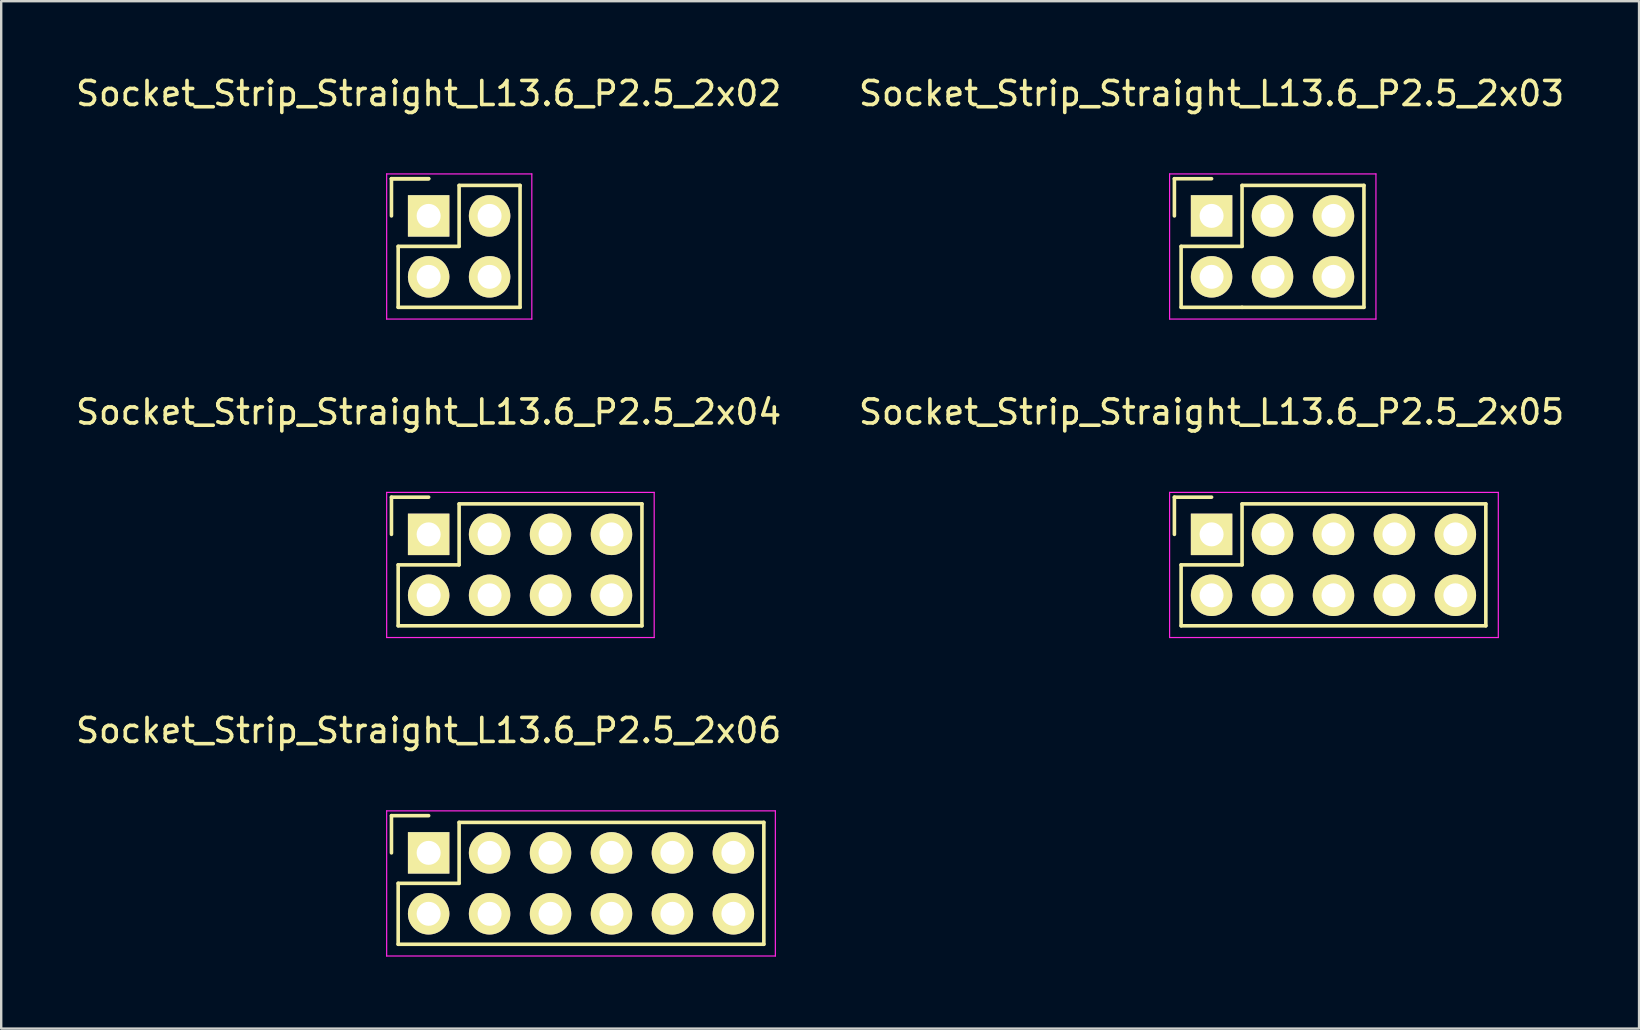
<source format=kicad_pcb>
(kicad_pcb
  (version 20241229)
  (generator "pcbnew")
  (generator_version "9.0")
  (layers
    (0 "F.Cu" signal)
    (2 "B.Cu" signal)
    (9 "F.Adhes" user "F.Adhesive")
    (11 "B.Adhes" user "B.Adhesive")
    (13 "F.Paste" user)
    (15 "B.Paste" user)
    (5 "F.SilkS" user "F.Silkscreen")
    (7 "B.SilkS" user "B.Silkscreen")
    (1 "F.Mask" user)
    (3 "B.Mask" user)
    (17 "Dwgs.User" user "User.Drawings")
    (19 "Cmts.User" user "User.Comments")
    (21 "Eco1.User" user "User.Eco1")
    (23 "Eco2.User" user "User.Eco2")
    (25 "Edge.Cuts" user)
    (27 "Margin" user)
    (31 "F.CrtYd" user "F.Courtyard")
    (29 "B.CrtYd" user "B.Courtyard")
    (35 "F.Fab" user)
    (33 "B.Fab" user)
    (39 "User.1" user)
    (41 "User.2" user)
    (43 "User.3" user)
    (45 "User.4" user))
  (footprint "Socket_Strip_Straight_L13.6_P2.5_2x02"
    (layer "F.Cu")
    (at 14.815 5.948)
    (property "Reference" "Socket_Strip_Straight_L13.6_P2.5_2x02" (at 0 -5.1 0) (layer "F.SilkS") (effects (font (size 1 1) (thickness 0.15))))
    (attr through_hole)
    (fp_line (start -1.55 -1.55) (end -1.55 0) (stroke (width 0.15) (type solid)) (layer "F.SilkS"))
    (fp_line (start -1.27 1.27) (end -1.27 3.81) (stroke (width 0.15) (type solid)) (layer "F.SilkS"))
    (fp_line (start -1.27 3.81) (end 3.81 3.81) (stroke (width 0.15) (type solid)) (layer "F.SilkS"))
    (fp_line (start 0 -1.55) (end -1.55 -1.55) (stroke (width 0.15) (type solid)) (layer "F.SilkS"))
    (fp_line (start 0 -1.55) (end -1.55 -1.55) (stroke (width 0.15) (type solid)) (layer "F.SilkS"))
    (fp_line (start 1.27 -1.27) (end 1.27 1.27) (stroke (width 0.15) (type solid)) (layer "F.SilkS"))
    (fp_line (start 1.27 1.27) (end -1.27 1.27) (stroke (width 0.15) (type solid)) (layer "F.SilkS"))
    (fp_line (start 3.81 -1.27) (end 1.27 -1.27) (stroke (width 0.15) (type solid)) (layer "F.SilkS"))
    (fp_line (start 3.81 3.81) (end 3.81 -1.27) (stroke (width 0.15) (type solid)) (layer "F.SilkS"))
    (fp_line (start -1.75 -1.75) (end -1.75 4.3) (stroke (width 0.05) (type solid)) (layer "F.CrtYd"))
    (fp_line (start -1.75 -1.75) (end 4.3 -1.75) (stroke (width 0.05) (type solid)) (layer "F.CrtYd"))
    (fp_line (start -1.75 4.3) (end 4.3 4.3) (stroke (width 0.05) (type solid)) (layer "F.CrtYd"))
    (fp_line (start 4.3 -1.75) (end 4.3 4.3) (stroke (width 0.05) (type solid)) (layer "F.CrtYd"))
    (pad "1" thru_hole rect (at 0 0) (size 1.727 1.727) (drill 1) (layers "*.Cu" "*.Mask" "F.SilkS"))
    (pad "2" thru_hole oval (at 0 2.54) (size 1.727 1.727) (drill 1) (layers "*.Cu" "*.Mask" "F.SilkS"))
    (pad "3" thru_hole oval (at 2.54 0) (size 1.727 1.727) (drill 1) (layers "*.Cu" "*.Mask" "F.SilkS"))
    (pad "4" thru_hole oval (at 2.54 2.54) (size 1.727 1.727) (drill 1) (layers "*.Cu" "*.Mask" "F.SilkS")))
  (footprint "Socket_Strip_Straight_L13.6_P2.5_2x05"
    (layer "F.Cu")
    (at 47.446 19.221)
    (property "Reference" "Socket_Strip_Straight_L13.6_P2.5_2x05" (at 0 -5.1 0) (layer "F.SilkS") (effects (font (size 1 1) (thickness 0.15))))
    (attr through_hole)
    (fp_line (start -1.55 -1.55) (end -1.55 0) (stroke (width 0.15) (type solid)) (layer "F.SilkS"))
    (fp_line (start -1.27 1.27) (end 1.27 1.27) (stroke (width 0.15) (type solid)) (layer "F.SilkS"))
    (fp_line (start -1.27 3.81) (end -1.27 1.27) (stroke (width 0.15) (type solid)) (layer "F.SilkS"))
    (fp_line (start -1.27 3.81) (end 11.43 3.81) (stroke (width 0.15) (type solid)) (layer "F.SilkS"))
    (fp_line (start 0 -1.55) (end -1.55 -1.55) (stroke (width 0.15) (type solid)) (layer "F.SilkS"))
    (fp_line (start 1.27 1.27) (end 1.27 -1.27) (stroke (width 0.15) (type solid)) (layer "F.SilkS"))
    (fp_line (start 11.43 -1.27) (end 1.27 -1.27) (stroke (width 0.15) (type solid)) (layer "F.SilkS"))
    (fp_line (start 11.43 3.81) (end 11.43 -1.27) (stroke (width 0.15) (type solid)) (layer "F.SilkS"))
    (fp_line (start -1.75 -1.75) (end -1.75 4.3) (stroke (width 0.05) (type solid)) (layer "F.CrtYd"))
    (fp_line (start -1.75 -1.75) (end 11.95 -1.75) (stroke (width 0.05) (type solid)) (layer "F.CrtYd"))
    (fp_line (start -1.75 4.3) (end 11.95 4.3) (stroke (width 0.05) (type solid)) (layer "F.CrtYd"))
    (fp_line (start 11.95 -1.75) (end 11.95 4.3) (stroke (width 0.05) (type solid)) (layer "F.CrtYd"))
    (pad "1" thru_hole rect (at 0 0) (size 1.727 1.727) (drill 1) (layers "*.Cu" "*.Mask" "F.SilkS"))
    (pad "2" thru_hole oval (at 0 2.54) (size 1.727 1.727) (drill 1) (layers "*.Cu" "*.Mask" "F.SilkS"))
    (pad "3" thru_hole oval (at 2.54 0) (size 1.727 1.727) (drill 1) (layers "*.Cu" "*.Mask" "F.SilkS"))
    (pad "4" thru_hole oval (at 2.54 2.54) (size 1.727 1.727) (drill 1) (layers "*.Cu" "*.Mask" "F.SilkS"))
    (pad "5" thru_hole oval (at 5.08 0) (size 1.727 1.727) (drill 1) (layers "*.Cu" "*.Mask" "F.SilkS"))
    (pad "6" thru_hole oval (at 5.08 2.54) (size 1.727 1.727) (drill 1) (layers "*.Cu" "*.Mask" "F.SilkS"))
    (pad "7" thru_hole oval (at 7.62 0) (size 1.727 1.727) (drill 1) (layers "*.Cu" "*.Mask" "F.SilkS"))
    (pad "8" thru_hole oval (at 7.62 2.54) (size 1.727 1.727) (drill 1) (layers "*.Cu" "*.Mask" "F.SilkS"))
    (pad "9" thru_hole oval (at 10.16 0) (size 1.727 1.727) (drill 1) (layers "*.Cu" "*.Mask" "F.SilkS"))
    (pad "10" thru_hole oval (at 10.16 2.54) (size 1.727 1.727) (drill 1) (layers "*.Cu" "*.Mask" "F.SilkS")))
  (footprint "Socket_Strip_Straight_L13.6_P2.5_2x03"
    (layer "F.Cu")
    (at 47.446 5.948)
    (property "Reference" "Socket_Strip_Straight_L13.6_P2.5_2x03" (at 0 -5.1 0) (layer "F.SilkS") (effects (font (size 1 1) (thickness 0.15))))
    (attr through_hole)
    (fp_line (start -1.55 -1.55) (end -1.55 0) (stroke (width 0.15) (type solid)) (layer "F.SilkS"))
    (fp_line (start -1.55 -1.55) (end 0 -1.55) (stroke (width 0.15) (type solid)) (layer "F.SilkS"))
    (fp_line (start -1.27 1.27) (end 1.27 1.27) (stroke (width 0.15) (type solid)) (layer "F.SilkS"))
    (fp_line (start -1.27 3.81) (end -1.27 1.27) (stroke (width 0.15) (type solid)) (layer "F.SilkS"))
    (fp_line (start 1.27 1.27) (end 1.27 -1.27) (stroke (width 0.15) (type solid)) (layer "F.SilkS"))
    (fp_line (start 1.27 3.81) (end -1.27 3.81) (stroke (width 0.15) (type solid)) (layer "F.SilkS"))
    (fp_line (start 6.35 -1.27) (end 1.27 -1.27) (stroke (width 0.15) (type solid)) (layer "F.SilkS"))
    (fp_line (start 6.35 -1.27) (end 6.35 3.81) (stroke (width 0.15) (type solid)) (layer "F.SilkS"))
    (fp_line (start 6.35 3.81) (end 1.27 3.81) (stroke (width 0.15) (type solid)) (layer "F.SilkS"))
    (fp_line (start -1.75 -1.75) (end -1.75 4.3) (stroke (width 0.05) (type solid)) (layer "F.CrtYd"))
    (fp_line (start -1.75 -1.75) (end 6.85 -1.75) (stroke (width 0.05) (type solid)) (layer "F.CrtYd"))
    (fp_line (start -1.75 4.3) (end 6.85 4.3) (stroke (width 0.05) (type solid)) (layer "F.CrtYd"))
    (fp_line (start 6.85 -1.75) (end 6.85 4.3) (stroke (width 0.05) (type solid)) (layer "F.CrtYd"))
    (pad "1" thru_hole rect (at 0 0) (size 1.727 1.727) (drill 1) (layers "*.Cu" "*.Mask" "F.SilkS"))
    (pad "2" thru_hole oval (at 0 2.54) (size 1.727 1.727) (drill 1) (layers "*.Cu" "*.Mask" "F.SilkS"))
    (pad "3" thru_hole oval (at 2.54 0) (size 1.727 1.727) (drill 1) (layers "*.Cu" "*.Mask" "F.SilkS"))
    (pad "4" thru_hole oval (at 2.54 2.54) (size 1.727 1.727) (drill 1) (layers "*.Cu" "*.Mask" "F.SilkS"))
    (pad "5" thru_hole oval (at 5.08 0) (size 1.727 1.727) (drill 1) (layers "*.Cu" "*.Mask" "F.SilkS"))
    (pad "6" thru_hole oval (at 5.08 2.54) (size 1.727 1.727) (drill 1) (layers "*.Cu" "*.Mask" "F.SilkS")))
  (footprint "Socket_Strip_Straight_L13.6_P2.5_2x06"
    (layer "F.Cu")
    (at 14.815 32.495)
    (property "Reference" "Socket_Strip_Straight_L13.6_P2.5_2x06" (at 0 -5.1 0) (layer "F.SilkS") (effects (font (size 1 1) (thickness 0.15))))
    (attr through_hole)
    (fp_line (start -1.55 -1.55) (end -1.55 0) (stroke (width 0.15) (type solid)) (layer "F.SilkS"))
    (fp_line (start -1.27 1.27) (end 1.27 1.27) (stroke (width 0.15) (type solid)) (layer "F.SilkS"))
    (fp_line (start -1.27 3.81) (end -1.27 1.27) (stroke (width 0.15) (type solid)) (layer "F.SilkS"))
    (fp_line (start 0 -1.55) (end -1.55 -1.55) (stroke (width 0.15) (type solid)) (layer "F.SilkS"))
    (fp_line (start 1.27 -1.27) (end 13.97 -1.27) (stroke (width 0.15) (type solid)) (layer "F.SilkS"))
    (fp_line (start 1.27 1.27) (end 1.27 -1.27) (stroke (width 0.15) (type solid)) (layer "F.SilkS"))
    (fp_line (start 13.97 3.81) (end -1.27 3.81) (stroke (width 0.15) (type solid)) (layer "F.SilkS"))
    (fp_line (start 13.97 3.81) (end 13.97 -1.27) (stroke (width 0.15) (type solid)) (layer "F.SilkS"))
    (fp_line (start -1.75 -1.75) (end -1.75 4.3) (stroke (width 0.05) (type solid)) (layer "F.CrtYd"))
    (fp_line (start -1.75 -1.75) (end 14.45 -1.75) (stroke (width 0.05) (type solid)) (layer "F.CrtYd"))
    (fp_line (start -1.75 4.3) (end 14.45 4.3) (stroke (width 0.05) (type solid)) (layer "F.CrtYd"))
    (fp_line (start 14.45 -1.75) (end 14.45 4.3) (stroke (width 0.05) (type solid)) (layer "F.CrtYd"))
    (pad "1" thru_hole rect (at 0 0) (size 1.727 1.727) (drill 1) (layers "*.Cu" "*.Mask" "F.SilkS"))
    (pad "2" thru_hole oval (at 0 2.54) (size 1.727 1.727) (drill 1) (layers "*.Cu" "*.Mask" "F.SilkS"))
    (pad "3" thru_hole oval (at 2.54 0) (size 1.727 1.727) (drill 1) (layers "*.Cu" "*.Mask" "F.SilkS"))
    (pad "4" thru_hole oval (at 2.54 2.54) (size 1.727 1.727) (drill 1) (layers "*.Cu" "*.Mask" "F.SilkS"))
    (pad "5" thru_hole oval (at 5.08 0) (size 1.727 1.727) (drill 1) (layers "*.Cu" "*.Mask" "F.SilkS"))
    (pad "6" thru_hole oval (at 5.08 2.54) (size 1.727 1.727) (drill 1) (layers "*.Cu" "*.Mask" "F.SilkS"))
    (pad "7" thru_hole oval (at 7.62 0) (size 1.727 1.727) (drill 1) (layers "*.Cu" "*.Mask" "F.SilkS"))
    (pad "8" thru_hole oval (at 7.62 2.54) (size 1.727 1.727) (drill 1) (layers "*.Cu" "*.Mask" "F.SilkS"))
    (pad "9" thru_hole oval (at 10.16 0) (size 1.727 1.727) (drill 1) (layers "*.Cu" "*.Mask" "F.SilkS"))
    (pad "10" thru_hole oval (at 10.16 2.54) (size 1.727 1.727) (drill 1) (layers "*.Cu" "*.Mask" "F.SilkS"))
    (pad "11" thru_hole oval (at 12.7 0) (size 1.727 1.727) (drill 1) (layers "*.Cu" "*.Mask" "F.SilkS"))
    (pad "12" thru_hole oval (at 12.7 2.54) (size 1.727 1.727) (drill 1) (layers "*.Cu" "*.Mask" "F.SilkS")))
  (footprint "Socket_Strip_Straight_L13.6_P2.5_2x04"
    (layer "F.Cu")
    (at 14.815 19.221)
    (property "Reference" "Socket_Strip_Straight_L13.6_P2.5_2x04" (at 0 -5.1 0) (layer "F.SilkS") (effects (font (size 1 1) (thickness 0.15))))
    (attr through_hole)
    (fp_line (start -1.55 -1.55) (end -1.55 0) (stroke (width 0.15) (type solid)) (layer "F.SilkS"))
    (fp_line (start -1.27 1.27) (end 1.27 1.27) (stroke (width 0.15) (type solid)) (layer "F.SilkS"))
    (fp_line (start -1.27 3.81) (end -1.27 1.27) (stroke (width 0.15) (type solid)) (layer "F.SilkS"))
    (fp_line (start 0 -1.55) (end -1.55 -1.55) (stroke (width 0.15) (type solid)) (layer "F.SilkS"))
    (fp_line (start 1.27 -1.27) (end 8.89 -1.27) (stroke (width 0.15) (type solid)) (layer "F.SilkS"))
    (fp_line (start 1.27 1.27) (end 1.27 -1.27) (stroke (width 0.15) (type solid)) (layer "F.SilkS"))
    (fp_line (start 8.89 -1.27) (end 8.89 3.81) (stroke (width 0.15) (type solid)) (layer "F.SilkS"))
    (fp_line (start 8.89 3.81) (end -1.27 3.81) (stroke (width 0.15) (type solid)) (layer "F.SilkS"))
    (fp_line (start -1.75 -1.75) (end -1.75 4.3) (stroke (width 0.05) (type solid)) (layer "F.CrtYd"))
    (fp_line (start -1.75 -1.75) (end 9.4 -1.75) (stroke (width 0.05) (type solid)) (layer "F.CrtYd"))
    (fp_line (start -1.75 4.3) (end 9.4 4.3) (stroke (width 0.05) (type solid)) (layer "F.CrtYd"))
    (fp_line (start 9.4 -1.75) (end 9.4 4.3) (stroke (width 0.05) (type solid)) (layer "F.CrtYd"))
    (pad "1" thru_hole rect (at 0 0) (size 1.727 1.727) (drill 1) (layers "*.Cu" "*.Mask" "F.SilkS"))
    (pad "2" thru_hole oval (at 0 2.54) (size 1.727 1.727) (drill 1) (layers "*.Cu" "*.Mask" "F.SilkS"))
    (pad "3" thru_hole oval (at 2.54 0) (size 1.727 1.727) (drill 1) (layers "*.Cu" "*.Mask" "F.SilkS"))
    (pad "4" thru_hole oval (at 2.54 2.54) (size 1.727 1.727) (drill 1) (layers "*.Cu" "*.Mask" "F.SilkS"))
    (pad "5" thru_hole oval (at 5.08 0) (size 1.727 1.727) (drill 1) (layers "*.Cu" "*.Mask" "F.SilkS"))
    (pad "6" thru_hole oval (at 5.08 2.54) (size 1.727 1.727) (drill 1) (layers "*.Cu" "*.Mask" "F.SilkS"))
    (pad "7" thru_hole oval (at 7.62 0) (size 1.727 1.727) (drill 1) (layers "*.Cu" "*.Mask" "F.SilkS"))
    (pad "8" thru_hole oval (at 7.62 2.54) (size 1.727 1.727) (drill 1) (layers "*.Cu" "*.Mask" "F.SilkS")))
  (gr_rect
    (start -3 -3)
    (end 65.262 39.82)
    (stroke (width 0.1) (type default))
    (fill no)
    (layer "Edge.Cuts")))
</source>
